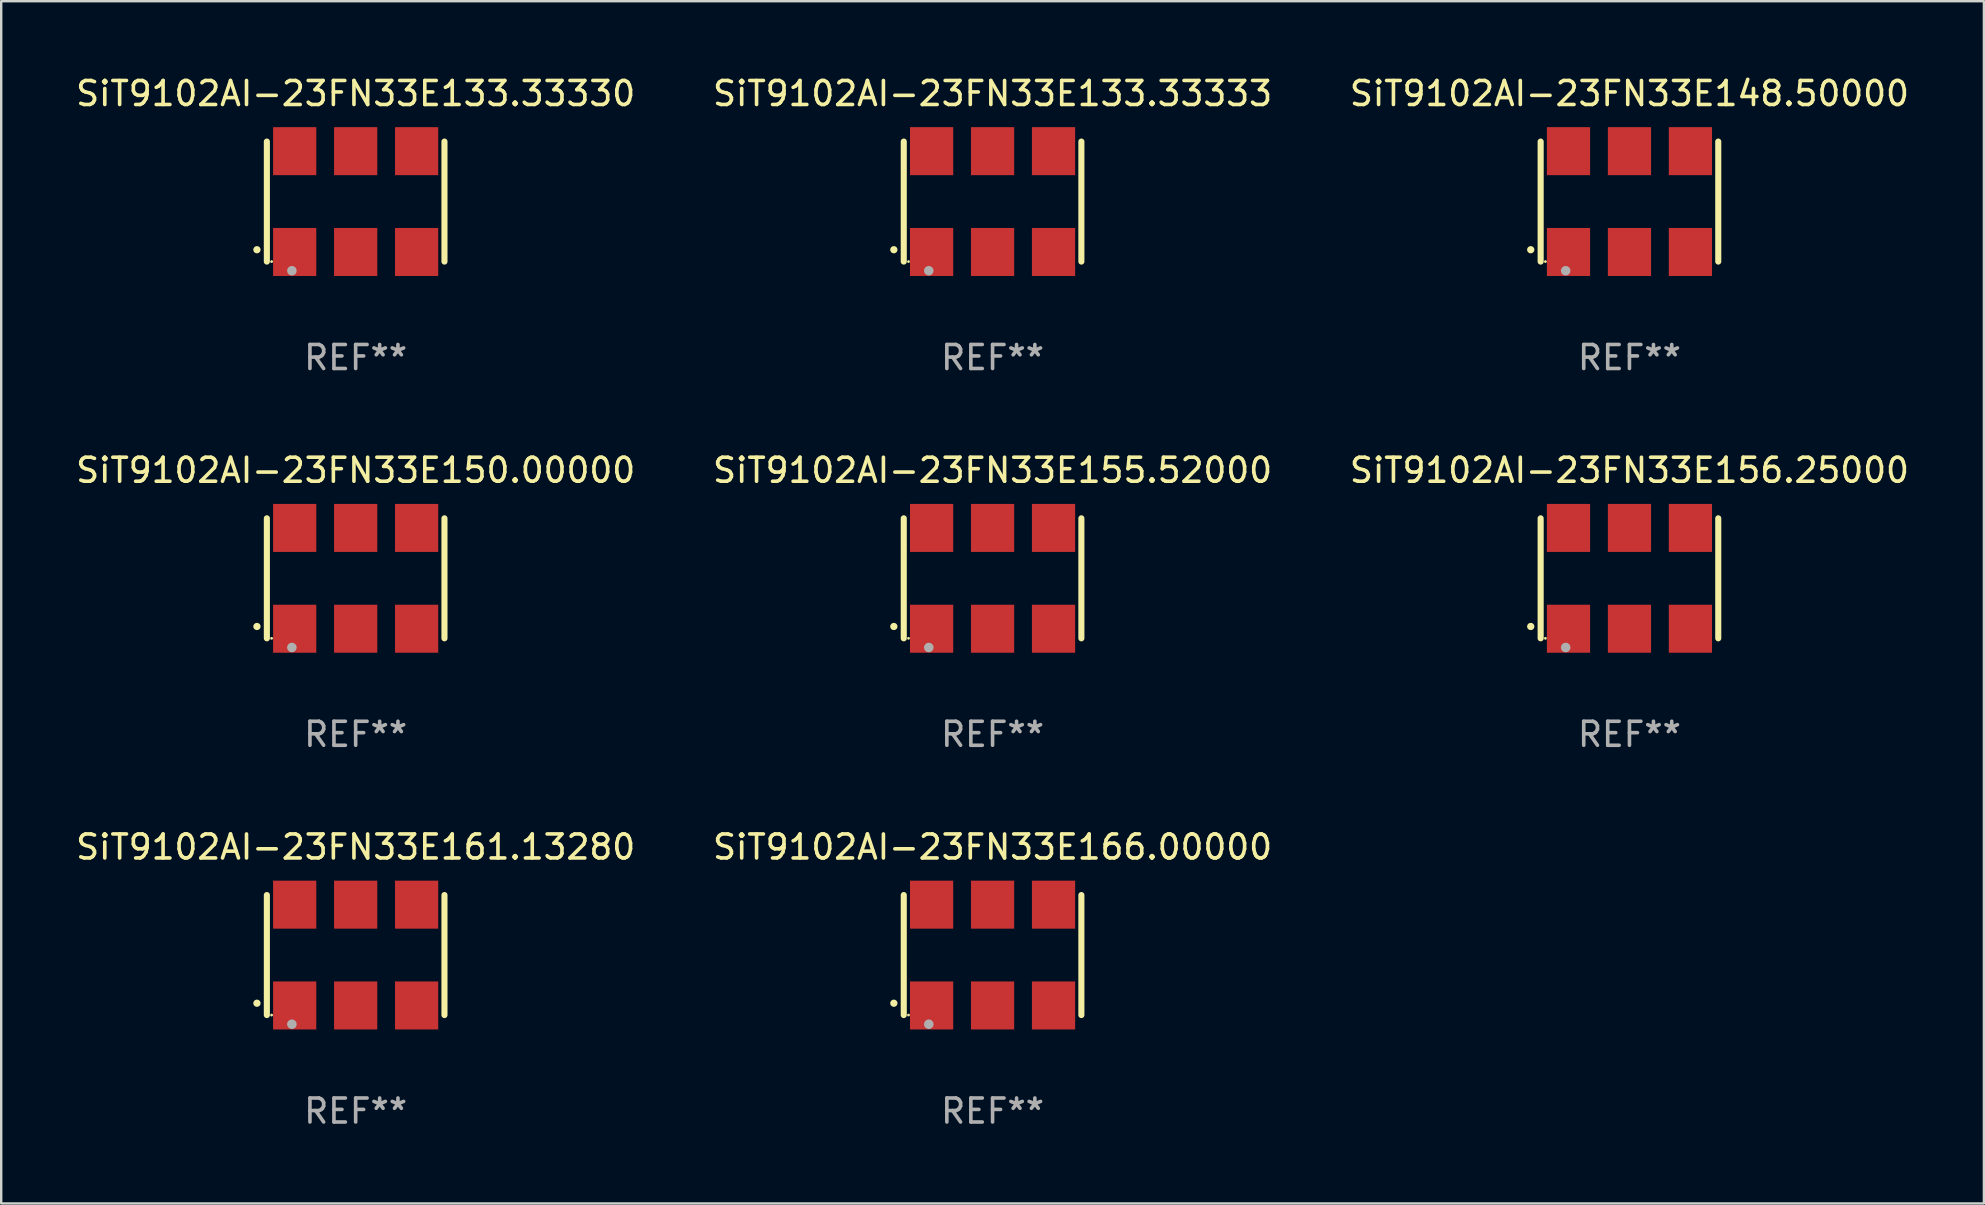
<source format=kicad_pcb>
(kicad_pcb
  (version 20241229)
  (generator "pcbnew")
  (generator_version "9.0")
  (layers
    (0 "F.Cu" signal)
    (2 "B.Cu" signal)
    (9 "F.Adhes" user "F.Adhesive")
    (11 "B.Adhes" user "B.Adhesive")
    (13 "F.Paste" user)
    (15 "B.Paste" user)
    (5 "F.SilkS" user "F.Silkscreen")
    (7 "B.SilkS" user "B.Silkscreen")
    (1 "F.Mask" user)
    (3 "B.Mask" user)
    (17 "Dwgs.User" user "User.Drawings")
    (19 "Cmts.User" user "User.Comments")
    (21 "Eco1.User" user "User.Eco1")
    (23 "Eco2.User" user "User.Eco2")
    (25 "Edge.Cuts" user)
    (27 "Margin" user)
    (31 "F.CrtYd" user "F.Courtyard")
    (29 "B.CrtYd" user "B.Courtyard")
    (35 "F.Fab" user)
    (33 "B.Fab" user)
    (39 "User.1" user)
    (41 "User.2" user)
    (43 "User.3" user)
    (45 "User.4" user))
  (footprint "SiT9102AI-23FN33E133.33330"
    (layer "F.Cu")
    (at 11.768 5.348)
    (property "Reference" "SiT9102AI-23FN33E133.33330" (at 0 -4.5 0) (layer "F.SilkS") (effects (font (size 1 1) (thickness 0.15))))
    (attr through_hole)
    (fp_line (start -3.7 -2.5) (end -3.7 2.5) (stroke (width 0.254) (type solid)) (layer "F.SilkS"))
    (fp_line (start 3.7 -2.5) (end 3.7 2.5) (stroke (width 0.254) (type solid)) (layer "F.SilkS"))
    (fp_arc (start -4.114415 2.006604) (mid -4.113145 2.006599) (end -4.111875 2.006604) (stroke (width 0.3) (type solid)) (layer "F.SilkS"))
    (fp_circle (center -3.502 2.5) (end -3.472 2.5) (stroke (width 0.06) (type solid)) (fill no) (layer "F.SilkS"))
    (fp_circle (center -2.657 2.882) (end -2.557 2.882) (stroke (width 0.2) (type solid)) (fill no) (layer "F.Fab"))
    (fp_text user "REF**" (at 0 6.5 0) (layer "F.Fab") (effects (font (size 1 1) (thickness 0.15))))
    (pad "1" smd rect (at -2.54 2.1) (size 1.8 2) (layers "F.Cu" "F.Mask" "F.Paste"))
    (pad "2" smd rect (at 0.000394 2.1) (size 1.8 2) (layers "F.Cu" "F.Mask" "F.Paste"))
    (pad "3" smd rect (at 2.54 2.1) (size 1.8 2) (layers "F.Cu" "F.Mask" "F.Paste"))
    (pad "4" smd rect (at 2.54 -2.1) (size 1.8 2) (layers "F.Cu" "F.Mask" "F.Paste"))
    (pad "5" smd rect (at 0.000394 -2.1) (size 1.8 2) (layers "F.Cu" "F.Mask" "F.Paste"))
    (pad "6" smd rect (at -2.54 -2.1) (size 1.8 2) (layers "F.Cu" "F.Mask" "F.Paste")))
  (footprint "SiT9102AI-23FN33E166.00000"
    (layer "F.Cu")
    (at 38.304 36.741)
    (property "Reference" "SiT9102AI-23FN33E166.00000" (at 0 -4.5 0) (layer "F.SilkS") (effects (font (size 1 1) (thickness 0.15))))
    (attr through_hole)
    (fp_line (start -3.7 -2.5) (end -3.7 2.5) (stroke (width 0.254) (type solid)) (layer "F.SilkS"))
    (fp_line (start 3.7 -2.5) (end 3.7 2.5) (stroke (width 0.254) (type solid)) (layer "F.SilkS"))
    (fp_arc (start -4.114415 2.006604) (mid -4.113145 2.006599) (end -4.111875 2.006604) (stroke (width 0.3) (type solid)) (layer "F.SilkS"))
    (fp_circle (center -3.502 2.5) (end -3.472 2.5) (stroke (width 0.06) (type solid)) (fill no) (layer "F.SilkS"))
    (fp_circle (center -2.657 2.882) (end -2.557 2.882) (stroke (width 0.2) (type solid)) (fill no) (layer "F.Fab"))
    (fp_text user "REF**" (at 0 6.5 0) (layer "F.Fab") (effects (font (size 1 1) (thickness 0.15))))
    (pad "1" smd rect (at -2.54 2.1) (size 1.8 2) (layers "F.Cu" "F.Mask" "F.Paste"))
    (pad "2" smd rect (at 0.000394 2.1) (size 1.8 2) (layers "F.Cu" "F.Mask" "F.Paste"))
    (pad "3" smd rect (at 2.54 2.1) (size 1.8 2) (layers "F.Cu" "F.Mask" "F.Paste"))
    (pad "4" smd rect (at 2.54 -2.1) (size 1.8 2) (layers "F.Cu" "F.Mask" "F.Paste"))
    (pad "5" smd rect (at 0.000394 -2.1) (size 1.8 2) (layers "F.Cu" "F.Mask" "F.Paste"))
    (pad "6" smd rect (at -2.54 -2.1) (size 1.8 2) (layers "F.Cu" "F.Mask" "F.Paste")))
  (footprint "SiT9102AI-23FN33E161.13280"
    (layer "F.Cu")
    (at 11.768 36.741)
    (property "Reference" "SiT9102AI-23FN33E161.13280" (at 0 -4.5 0) (layer "F.SilkS") (effects (font (size 1 1) (thickness 0.15))))
    (attr through_hole)
    (fp_line (start -3.7 -2.5) (end -3.7 2.5) (stroke (width 0.254) (type solid)) (layer "F.SilkS"))
    (fp_line (start 3.7 -2.5) (end 3.7 2.5) (stroke (width 0.254) (type solid)) (layer "F.SilkS"))
    (fp_arc (start -4.114415 2.006604) (mid -4.113145 2.006599) (end -4.111875 2.006604) (stroke (width 0.3) (type solid)) (layer "F.SilkS"))
    (fp_circle (center -3.502 2.5) (end -3.472 2.5) (stroke (width 0.06) (type solid)) (fill no) (layer "F.SilkS"))
    (fp_circle (center -2.657 2.882) (end -2.557 2.882) (stroke (width 0.2) (type solid)) (fill no) (layer "F.Fab"))
    (fp_text user "REF**" (at 0 6.5 0) (layer "F.Fab") (effects (font (size 1 1) (thickness 0.15))))
    (pad "1" smd rect (at -2.54 2.1) (size 1.8 2) (layers "F.Cu" "F.Mask" "F.Paste"))
    (pad "2" smd rect (at 0.000394 2.1) (size 1.8 2) (layers "F.Cu" "F.Mask" "F.Paste"))
    (pad "3" smd rect (at 2.54 2.1) (size 1.8 2) (layers "F.Cu" "F.Mask" "F.Paste"))
    (pad "4" smd rect (at 2.54 -2.1) (size 1.8 2) (layers "F.Cu" "F.Mask" "F.Paste"))
    (pad "5" smd rect (at 0.000394 -2.1) (size 1.8 2) (layers "F.Cu" "F.Mask" "F.Paste"))
    (pad "6" smd rect (at -2.54 -2.1) (size 1.8 2) (layers "F.Cu" "F.Mask" "F.Paste")))
  (footprint "SiT9102AI-23FN33E148.50000"
    (layer "F.Cu")
    (at 64.839 5.348)
    (property "Reference" "SiT9102AI-23FN33E148.50000" (at 0 -4.5 0) (layer "F.SilkS") (effects (font (size 1 1) (thickness 0.15))))
    (attr through_hole)
    (fp_line (start -3.7 -2.5) (end -3.7 2.5) (stroke (width 0.254) (type solid)) (layer "F.SilkS"))
    (fp_line (start 3.7 -2.5) (end 3.7 2.5) (stroke (width 0.254) (type solid)) (layer "F.SilkS"))
    (fp_arc (start -4.114415 2.006604) (mid -4.113145 2.006599) (end -4.111875 2.006604) (stroke (width 0.3) (type solid)) (layer "F.SilkS"))
    (fp_circle (center -3.502 2.5) (end -3.472 2.5) (stroke (width 0.06) (type solid)) (fill no) (layer "F.SilkS"))
    (fp_circle (center -2.657 2.882) (end -2.557 2.882) (stroke (width 0.2) (type solid)) (fill no) (layer "F.Fab"))
    (fp_text user "REF**" (at 0 6.5 0) (layer "F.Fab") (effects (font (size 1 1) (thickness 0.15))))
    (pad "1" smd rect (at -2.54 2.1) (size 1.8 2) (layers "F.Cu" "F.Mask" "F.Paste"))
    (pad "2" smd rect (at 0.000394 2.1) (size 1.8 2) (layers "F.Cu" "F.Mask" "F.Paste"))
    (pad "3" smd rect (at 2.54 2.1) (size 1.8 2) (layers "F.Cu" "F.Mask" "F.Paste"))
    (pad "4" smd rect (at 2.54 -2.1) (size 1.8 2) (layers "F.Cu" "F.Mask" "F.Paste"))
    (pad "5" smd rect (at 0.000394 -2.1) (size 1.8 2) (layers "F.Cu" "F.Mask" "F.Paste"))
    (pad "6" smd rect (at -2.54 -2.1) (size 1.8 2) (layers "F.Cu" "F.Mask" "F.Paste")))
  (footprint "SiT9102AI-23FN33E155.52000"
    (layer "F.Cu")
    (at 38.304 21.045)
    (property "Reference" "SiT9102AI-23FN33E155.52000" (at 0 -4.5 0) (layer "F.SilkS") (effects (font (size 1 1) (thickness 0.15))))
    (attr through_hole)
    (fp_line (start -3.7 -2.5) (end -3.7 2.5) (stroke (width 0.254) (type solid)) (layer "F.SilkS"))
    (fp_line (start 3.7 -2.5) (end 3.7 2.5) (stroke (width 0.254) (type solid)) (layer "F.SilkS"))
    (fp_arc (start -4.114415 2.006604) (mid -4.113145 2.006599) (end -4.111875 2.006604) (stroke (width 0.3) (type solid)) (layer "F.SilkS"))
    (fp_circle (center -3.502 2.5) (end -3.472 2.5) (stroke (width 0.06) (type solid)) (fill no) (layer "F.SilkS"))
    (fp_circle (center -2.657 2.882) (end -2.557 2.882) (stroke (width 0.2) (type solid)) (fill no) (layer "F.Fab"))
    (fp_text user "REF**" (at 0 6.5 0) (layer "F.Fab") (effects (font (size 1 1) (thickness 0.15))))
    (pad "1" smd rect (at -2.54 2.1) (size 1.8 2) (layers "F.Cu" "F.Mask" "F.Paste"))
    (pad "2" smd rect (at 0.000394 2.1) (size 1.8 2) (layers "F.Cu" "F.Mask" "F.Paste"))
    (pad "3" smd rect (at 2.54 2.1) (size 1.8 2) (layers "F.Cu" "F.Mask" "F.Paste"))
    (pad "4" smd rect (at 2.54 -2.1) (size 1.8 2) (layers "F.Cu" "F.Mask" "F.Paste"))
    (pad "5" smd rect (at 0.000394 -2.1) (size 1.8 2) (layers "F.Cu" "F.Mask" "F.Paste"))
    (pad "6" smd rect (at -2.54 -2.1) (size 1.8 2) (layers "F.Cu" "F.Mask" "F.Paste")))
  (footprint "SiT9102AI-23FN33E150.00000"
    (layer "F.Cu")
    (at 11.768 21.045)
    (property "Reference" "SiT9102AI-23FN33E150.00000" (at 0 -4.5 0) (layer "F.SilkS") (effects (font (size 1 1) (thickness 0.15))))
    (attr through_hole)
    (fp_line (start -3.7 -2.5) (end -3.7 2.5) (stroke (width 0.254) (type solid)) (layer "F.SilkS"))
    (fp_line (start 3.7 -2.5) (end 3.7 2.5) (stroke (width 0.254) (type solid)) (layer "F.SilkS"))
    (fp_arc (start -4.114415 2.006604) (mid -4.113145 2.006599) (end -4.111875 2.006604) (stroke (width 0.3) (type solid)) (layer "F.SilkS"))
    (fp_circle (center -3.502 2.5) (end -3.472 2.5) (stroke (width 0.06) (type solid)) (fill no) (layer "F.SilkS"))
    (fp_circle (center -2.657 2.882) (end -2.557 2.882) (stroke (width 0.2) (type solid)) (fill no) (layer "F.Fab"))
    (fp_text user "REF**" (at 0 6.5 0) (layer "F.Fab") (effects (font (size 1 1) (thickness 0.15))))
    (pad "1" smd rect (at -2.54 2.1) (size 1.8 2) (layers "F.Cu" "F.Mask" "F.Paste"))
    (pad "2" smd rect (at 0.000394 2.1) (size 1.8 2) (layers "F.Cu" "F.Mask" "F.Paste"))
    (pad "3" smd rect (at 2.54 2.1) (size 1.8 2) (layers "F.Cu" "F.Mask" "F.Paste"))
    (pad "4" smd rect (at 2.54 -2.1) (size 1.8 2) (layers "F.Cu" "F.Mask" "F.Paste"))
    (pad "5" smd rect (at 0.000394 -2.1) (size 1.8 2) (layers "F.Cu" "F.Mask" "F.Paste"))
    (pad "6" smd rect (at -2.54 -2.1) (size 1.8 2) (layers "F.Cu" "F.Mask" "F.Paste")))
  (footprint "SiT9102AI-23FN33E156.25000"
    (layer "F.Cu")
    (at 64.839 21.045)
    (property "Reference" "SiT9102AI-23FN33E156.25000" (at 0 -4.5 0) (layer "F.SilkS") (effects (font (size 1 1) (thickness 0.15))))
    (attr through_hole)
    (fp_line (start -3.7 -2.5) (end -3.7 2.5) (stroke (width 0.254) (type solid)) (layer "F.SilkS"))
    (fp_line (start 3.7 -2.5) (end 3.7 2.5) (stroke (width 0.254) (type solid)) (layer "F.SilkS"))
    (fp_arc (start -4.114415 2.006604) (mid -4.113145 2.006599) (end -4.111875 2.006604) (stroke (width 0.3) (type solid)) (layer "F.SilkS"))
    (fp_circle (center -3.502 2.5) (end -3.472 2.5) (stroke (width 0.06) (type solid)) (fill no) (layer "F.SilkS"))
    (fp_circle (center -2.657 2.882) (end -2.557 2.882) (stroke (width 0.2) (type solid)) (fill no) (layer "F.Fab"))
    (fp_text user "REF**" (at 0 6.5 0) (layer "F.Fab") (effects (font (size 1 1) (thickness 0.15))))
    (pad "1" smd rect (at -2.54 2.1) (size 1.8 2) (layers "F.Cu" "F.Mask" "F.Paste"))
    (pad "2" smd rect (at 0.000394 2.1) (size 1.8 2) (layers "F.Cu" "F.Mask" "F.Paste"))
    (pad "3" smd rect (at 2.54 2.1) (size 1.8 2) (layers "F.Cu" "F.Mask" "F.Paste"))
    (pad "4" smd rect (at 2.54 -2.1) (size 1.8 2) (layers "F.Cu" "F.Mask" "F.Paste"))
    (pad "5" smd rect (at 0.000394 -2.1) (size 1.8 2) (layers "F.Cu" "F.Mask" "F.Paste"))
    (pad "6" smd rect (at -2.54 -2.1) (size 1.8 2) (layers "F.Cu" "F.Mask" "F.Paste")))
  (footprint "SiT9102AI-23FN33E133.33333"
    (layer "F.Cu")
    (at 38.304 5.348)
    (property "Reference" "SiT9102AI-23FN33E133.33333" (at 0 -4.5 0) (layer "F.SilkS") (effects (font (size 1 1) (thickness 0.15))))
    (attr through_hole)
    (fp_line (start -3.7 -2.5) (end -3.7 2.5) (stroke (width 0.254) (type solid)) (layer "F.SilkS"))
    (fp_line (start 3.7 -2.5) (end 3.7 2.5) (stroke (width 0.254) (type solid)) (layer "F.SilkS"))
    (fp_arc (start -4.114415 2.006604) (mid -4.113145 2.006599) (end -4.111875 2.006604) (stroke (width 0.3) (type solid)) (layer "F.SilkS"))
    (fp_circle (center -3.502 2.5) (end -3.472 2.5) (stroke (width 0.06) (type solid)) (fill no) (layer "F.SilkS"))
    (fp_circle (center -2.657 2.882) (end -2.557 2.882) (stroke (width 0.2) (type solid)) (fill no) (layer "F.Fab"))
    (fp_text user "REF**" (at 0 6.5 0) (layer "F.Fab") (effects (font (size 1 1) (thickness 0.15))))
    (pad "1" smd rect (at -2.54 2.1) (size 1.8 2) (layers "F.Cu" "F.Mask" "F.Paste"))
    (pad "2" smd rect (at 0.000394 2.1) (size 1.8 2) (layers "F.Cu" "F.Mask" "F.Paste"))
    (pad "3" smd rect (at 2.54 2.1) (size 1.8 2) (layers "F.Cu" "F.Mask" "F.Paste"))
    (pad "4" smd rect (at 2.54 -2.1) (size 1.8 2) (layers "F.Cu" "F.Mask" "F.Paste"))
    (pad "5" smd rect (at 0.000394 -2.1) (size 1.8 2) (layers "F.Cu" "F.Mask" "F.Paste"))
    (pad "6" smd rect (at -2.54 -2.1) (size 1.8 2) (layers "F.Cu" "F.Mask" "F.Paste")))
  (gr_rect
    (start -3 -3)
    (end 79.607 47.09)
    (stroke (width 0.1) (type default))
    (fill no)
    (layer "Edge.Cuts")))
</source>
